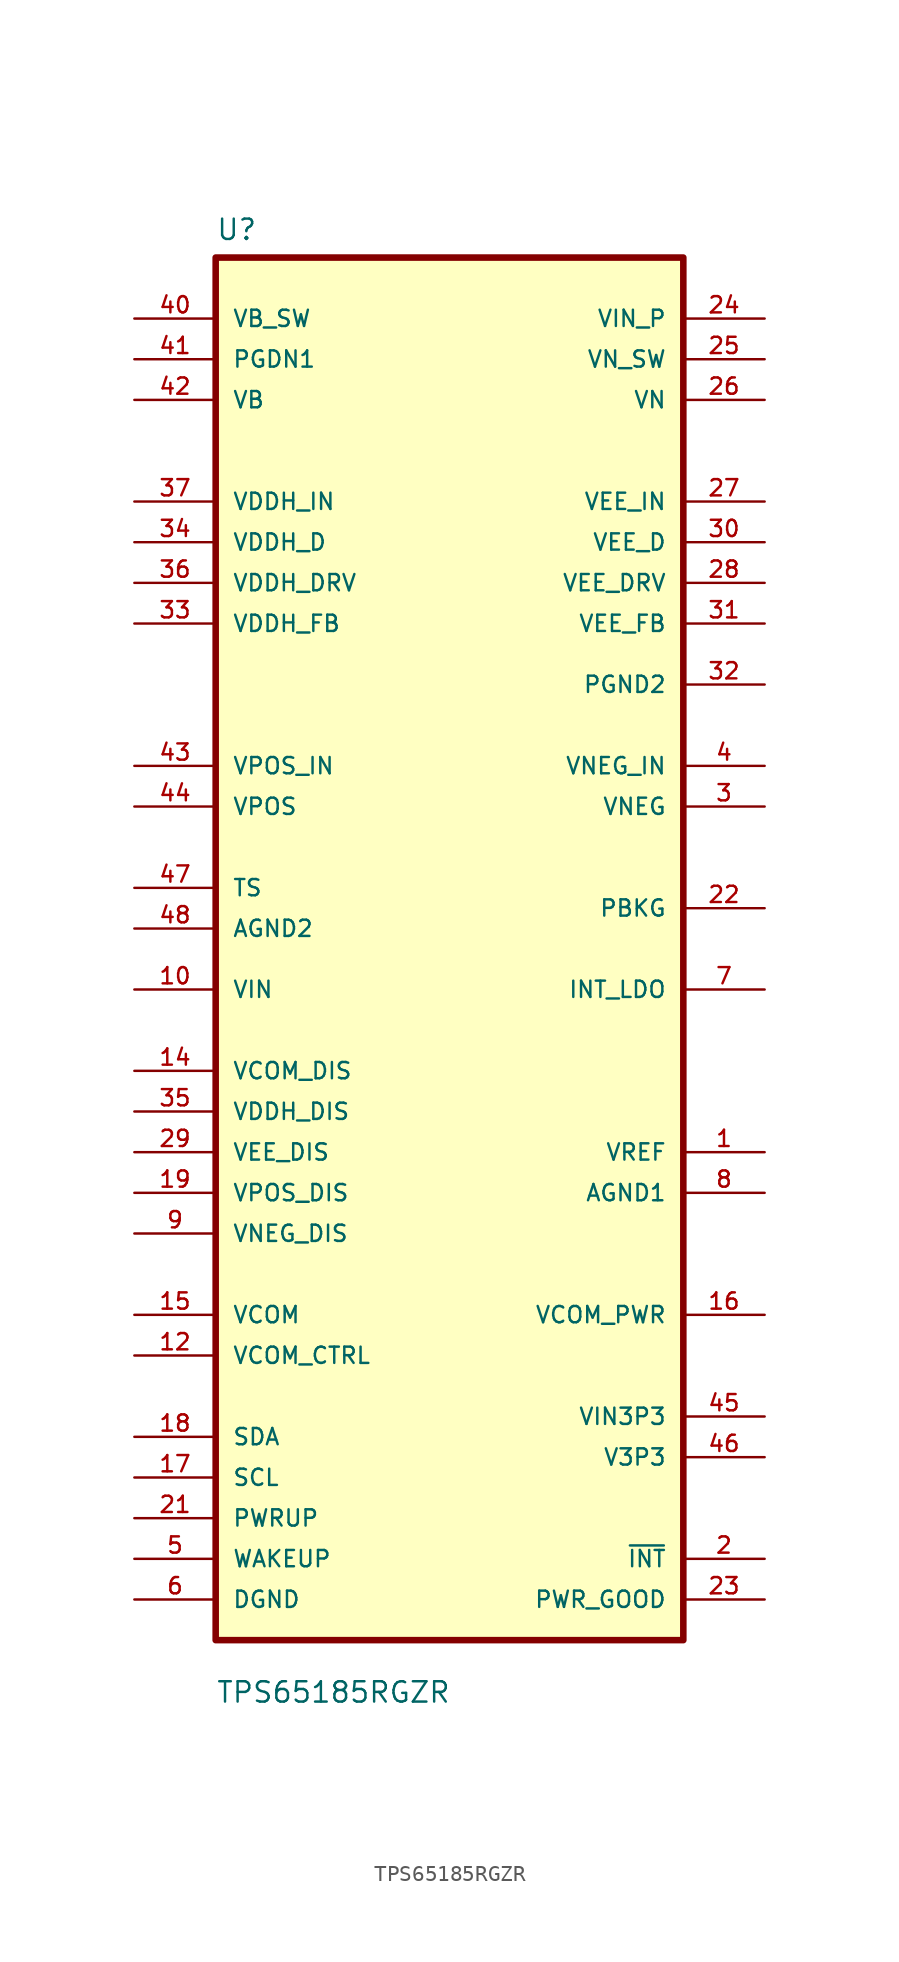
<source format=kicad_sym>
(kicad_symbol_lib
  (version 20220914)
  (generator kicad_symbol_editor)
  (symbol "TPS65185RGZR"
    (pin_names
      (offset 1.016))
    (property "Reference" "U"
      (at -12.7 44.18 0)
      (effects (font (size 1.27 1.27)) (justify left bottom)))
    (property "Value" "TPS65185RGZR"
      (at -12.7 -47.18 0)
      (effects (font (size 1.27 1.27)) (justify left bottom)))
    (symbol "TPS65185RGZR_0_0"
      (rectangle (start -12.7 43.18) (end 16.51 -43.18) (stroke (width 0.41) (type default)) (fill (type background)))
      (pin output line (at 21.59 -12.7 180) (length 5.08) (name "VREF" (effects (font (size 1.016 1.016)))) (number "1" (effects (font (size 1.016 1.016)))))
      (pin input line (at -17.78 -2.54 0) (length 5.08) (name "VIN" (effects (font (size 1.016 1.016)))) (number "10" (effects (font (size 1.016 1.016)))))
      (pin input line (at -17.78 -25.4 0) (length 5.08) (name "VCOM_CTRL" (effects (font (size 1.016 1.016)))) (number "12" (effects (font (size 1.016 1.016)))))
      (pin input line (at -17.78 -7.62 0) (length 5.08) (name "VCOM_DIS" (effects (font (size 1.016 1.016)))) (number "14" (effects (font (size 1.016 1.016)))))
      (pin output line (at -17.78 -22.86 0) (length 5.08) (name "VCOM" (effects (font (size 1.016 1.016)))) (number "15" (effects (font (size 1.016 1.016)))))
      (pin input line (at 21.59 -22.86 180) (length 5.08) (name "VCOM_PWR" (effects (font (size 1.016 1.016)))) (number "16" (effects (font (size 1.016 1.016)))))
      (pin input line (at -17.78 -33.02 0) (length 5.08) (name "SCL" (effects (font (size 1.016 1.016)))) (number "17" (effects (font (size 1.016 1.016)))))
      (pin bidirectional line (at -17.78 -30.48 0) (length 5.08) (name "SDA" (effects (font (size 1.016 1.016)))) (number "18" (effects (font (size 1.016 1.016)))))
      (pin input line (at -17.78 -15.24 0) (length 5.08) (name "VPOS_DIS" (effects (font (size 1.016 1.016)))) (number "19" (effects (font (size 1.016 1.016)))))
      (pin output line (at 21.59 -38.1 180) (length 5.08) (name "~{INT}" (effects (font (size 1.016 1.016)))) (number "2" (effects (font (size 1.016 1.016)))))
      (pin input line (at -17.78 -35.56 0) (length 5.08) (name "PWRUP" (effects (font (size 1.016 1.016)))) (number "21" (effects (font (size 1.016 1.016)))))
      (pin bidirectional line (at 21.59 2.54 180) (length 5.08) (name "PBKG" (effects (font (size 1.016 1.016)))) (number "22" (effects (font (size 1.016 1.016)))))
      (pin output line (at 21.59 -40.64 180) (length 5.08) (name "PWR_GOOD" (effects (font (size 1.016 1.016)))) (number "23" (effects (font (size 1.016 1.016)))))
      (pin input line (at 21.59 39.37 180) (length 5.08) (name "VIN_P" (effects (font (size 1.016 1.016)))) (number "24" (effects (font (size 1.016 1.016)))))
      (pin output line (at 21.59 36.83 180) (length 5.08) (name "VN_SW" (effects (font (size 1.016 1.016)))) (number "25" (effects (font (size 1.016 1.016)))))
      (pin input line (at 21.59 34.29 180) (length 5.08) (name "VN" (effects (font (size 1.016 1.016)))) (number "26" (effects (font (size 1.016 1.016)))))
      (pin input line (at 21.59 27.94 180) (length 5.08) (name "VEE_IN" (effects (font (size 1.016 1.016)))) (number "27" (effects (font (size 1.016 1.016)))))
      (pin output line (at 21.59 22.86 180) (length 5.08) (name "VEE_DRV" (effects (font (size 1.016 1.016)))) (number "28" (effects (font (size 1.016 1.016)))))
      (pin input line (at -17.78 -12.7 0) (length 5.08) (name "VEE_DIS" (effects (font (size 1.016 1.016)))) (number "29" (effects (font (size 1.016 1.016)))))
      (pin output line (at 21.59 8.89 180) (length 5.08) (name "VNEG" (effects (font (size 1.016 1.016)))) (number "3" (effects (font (size 1.016 1.016)))))
      (pin output line (at 21.59 25.4 180) (length 5.08) (name "VEE_D" (effects (font (size 1.016 1.016)))) (number "30" (effects (font (size 1.016 1.016)))))
      (pin input line (at 21.59 20.32 180) (length 5.08) (name "VEE_FB" (effects (font (size 1.016 1.016)))) (number "31" (effects (font (size 1.016 1.016)))))
      (pin power_in line (at 21.59 16.51 180) (length 5.08) (name "PGND2" (effects (font (size 1.016 1.016)))) (number "32" (effects (font (size 1.016 1.016)))))
      (pin input line (at -17.78 20.32 0) (length 5.08) (name "VDDH_FB" (effects (font (size 1.016 1.016)))) (number "33" (effects (font (size 1.016 1.016)))))
      (pin output line (at -17.78 25.4 0) (length 5.08) (name "VDDH_D" (effects (font (size 1.016 1.016)))) (number "34" (effects (font (size 1.016 1.016)))))
      (pin input line (at -17.78 -10.16 0) (length 5.08) (name "VDDH_DIS" (effects (font (size 1.016 1.016)))) (number "35" (effects (font (size 1.016 1.016)))))
      (pin output line (at -17.78 22.86 0) (length 5.08) (name "VDDH_DRV" (effects (font (size 1.016 1.016)))) (number "36" (effects (font (size 1.016 1.016)))))
      (pin input line (at -17.78 27.94 0) (length 5.08) (name "VDDH_IN" (effects (font (size 1.016 1.016)))) (number "37" (effects (font (size 1.016 1.016)))))
      (pin input line (at 21.59 11.43 180) (length 5.08) (name "VNEG_IN" (effects (font (size 1.016 1.016)))) (number "4" (effects (font (size 1.016 1.016)))))
      (pin output line (at -17.78 39.37 0) (length 5.08) (name "VB_SW" (effects (font (size 1.016 1.016)))) (number "40" (effects (font (size 1.016 1.016)))))
      (pin power_in line (at -17.78 36.83 0) (length 5.08) (name "PGDN1" (effects (font (size 1.016 1.016)))) (number "41" (effects (font (size 1.016 1.016)))))
      (pin input line (at -17.78 34.29 0) (length 5.08) (name "VB" (effects (font (size 1.016 1.016)))) (number "42" (effects (font (size 1.016 1.016)))))
      (pin input line (at -17.78 11.43 0) (length 5.08) (name "VPOS_IN" (effects (font (size 1.016 1.016)))) (number "43" (effects (font (size 1.016 1.016)))))
      (pin output line (at -17.78 8.89 0) (length 5.08) (name "VPOS" (effects (font (size 1.016 1.016)))) (number "44" (effects (font (size 1.016 1.016)))))
      (pin input line (at 21.59 -29.21 180) (length 5.08) (name "VIN3P3" (effects (font (size 1.016 1.016)))) (number "45" (effects (font (size 1.016 1.016)))))
      (pin output line (at 21.59 -31.75 180) (length 5.08) (name "V3P3" (effects (font (size 1.016 1.016)))) (number "46" (effects (font (size 1.016 1.016)))))
      (pin input line (at -17.78 3.81 0) (length 5.08) (name "TS" (effects (font (size 1.016 1.016)))) (number "47" (effects (font (size 1.016 1.016)))))
      (pin power_in line (at -17.78 1.27 0) (length 5.08) (name "AGND2" (effects (font (size 1.016 1.016)))) (number "48" (effects (font (size 1.016 1.016)))))
      (pin input line (at -17.78 -38.1 0) (length 5.08) (name "WAKEUP" (effects (font (size 1.016 1.016)))) (number "5" (effects (font (size 1.016 1.016)))))
      (pin power_in line (at -17.78 -40.64 0) (length 5.08) (name "DGND" (effects (font (size 1.016 1.016)))) (number "6" (effects (font (size 1.016 1.016)))))
      (pin output line (at 21.59 -2.54 180) (length 5.08) (name "INT_LDO" (effects (font (size 1.016 1.016)))) (number "7" (effects (font (size 1.016 1.016)))))
      (pin power_in line (at 21.59 -15.24 180) (length 5.08) (name "AGND1" (effects (font (size 1.016 1.016)))) (number "8" (effects (font (size 1.016 1.016)))))
      (pin output line (at -17.78 -17.78 0) (length 5.08) (name "VNEG_DIS" (effects (font (size 1.016 1.016)))) (number "9" (effects (font (size 1.016 1.016))))))))
</source>
